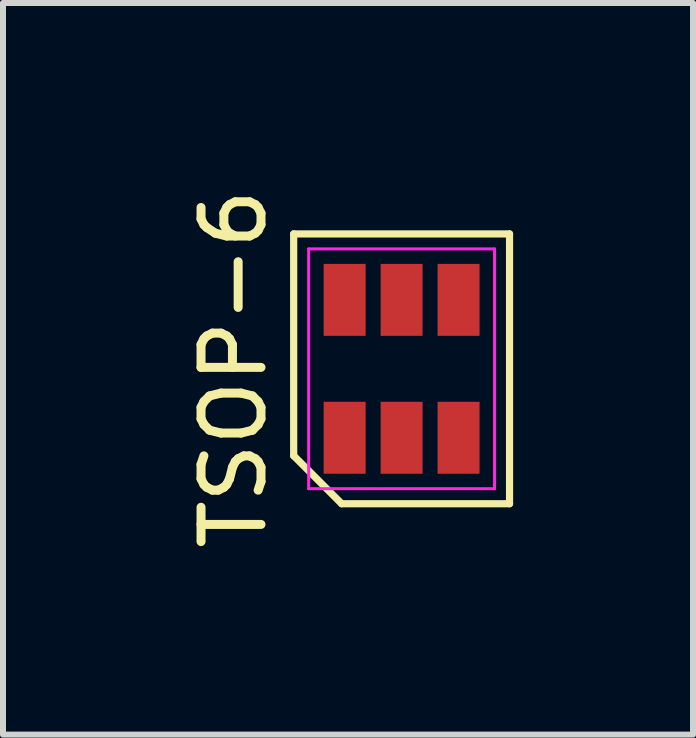
<source format=kicad_pcb>
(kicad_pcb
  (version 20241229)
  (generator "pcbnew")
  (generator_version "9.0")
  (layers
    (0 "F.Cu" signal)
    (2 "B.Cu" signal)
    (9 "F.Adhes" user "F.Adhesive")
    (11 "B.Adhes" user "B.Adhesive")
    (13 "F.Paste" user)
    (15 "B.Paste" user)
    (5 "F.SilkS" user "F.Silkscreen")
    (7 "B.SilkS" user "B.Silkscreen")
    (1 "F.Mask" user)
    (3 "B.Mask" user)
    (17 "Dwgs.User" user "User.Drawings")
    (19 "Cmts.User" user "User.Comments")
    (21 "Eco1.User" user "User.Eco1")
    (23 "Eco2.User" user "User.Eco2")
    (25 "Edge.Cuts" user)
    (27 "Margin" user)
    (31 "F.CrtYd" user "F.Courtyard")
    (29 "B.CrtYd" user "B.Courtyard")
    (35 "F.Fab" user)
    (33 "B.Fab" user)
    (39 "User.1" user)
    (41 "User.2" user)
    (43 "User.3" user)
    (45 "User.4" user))
  (footprint "TSOP-6"
    (layer "F.Cu")
    (at 3.648 3.101)
    (property "Reference" "TSOP-6" (at -2.8 0 90) (layer "F.SilkS") (effects (font (size 1 1) (thickness 0.15))))
    (attr smd)
    (fp_line (start -1.8 -2.25) (end 1.8 -2.25) (stroke (width 0.12) (type solid)) (layer "F.SilkS"))
    (fp_line (start -1.8 1.45) (end -1.8 -2.25) (stroke (width 0.12) (type solid)) (layer "F.SilkS"))
    (fp_line (start -1 2.25) (end -1.8 1.45) (stroke (width 0.12) (type solid)) (layer "F.SilkS"))
    (fp_line (start 1.8 -2.25) (end 1.8 2.25) (stroke (width 0.12) (type solid)) (layer "F.SilkS"))
    (fp_line (start 1.8 2.25) (end -1 2.25) (stroke (width 0.12) (type solid)) (layer "F.SilkS"))
    (fp_line (start -1.55 -2) (end 1.55 -2) (stroke (width 0.05) (type solid)) (layer "F.CrtYd"))
    (fp_line (start -1.55 2) (end -1.55 -2) (stroke (width 0.05) (type solid)) (layer "F.CrtYd"))
    (fp_line (start 1.55 -2) (end 1.55 2) (stroke (width 0.05) (type solid)) (layer "F.CrtYd"))
    (fp_line (start 1.55 2) (end -1.55 2) (stroke (width 0.05) (type solid)) (layer "F.CrtYd"))
    (pad "1" smd rect (at -0.95 1.15) (size 0.7 1.2) (layers "F.Cu" "F.Mask" "F.Paste"))
    (pad "2" smd rect (at 0 1.15) (size 0.7 1.2) (layers "F.Cu" "F.Mask" "F.Paste"))
    (pad "3" smd rect (at 0.95 1.15) (size 0.7 1.2) (layers "F.Cu" "F.Mask" "F.Paste"))
    (pad "4" smd rect (at 0.95 -1.15) (size 0.7 1.2) (layers "F.Cu" "F.Mask" "F.Paste"))
    (pad "5" smd rect (at 0 -1.15) (size 0.7 1.2) (layers "F.Cu" "F.Mask" "F.Paste"))
    (pad "6" smd rect (at -0.95 -1.15) (size 0.7 1.2) (layers "F.Cu" "F.Mask" "F.Paste")))
  (gr_rect
    (start -3 -3)
    (end 8.508 9.202)
    (stroke (width 0.1) (type default))
    (fill no)
    (layer "Edge.Cuts")))
</source>
